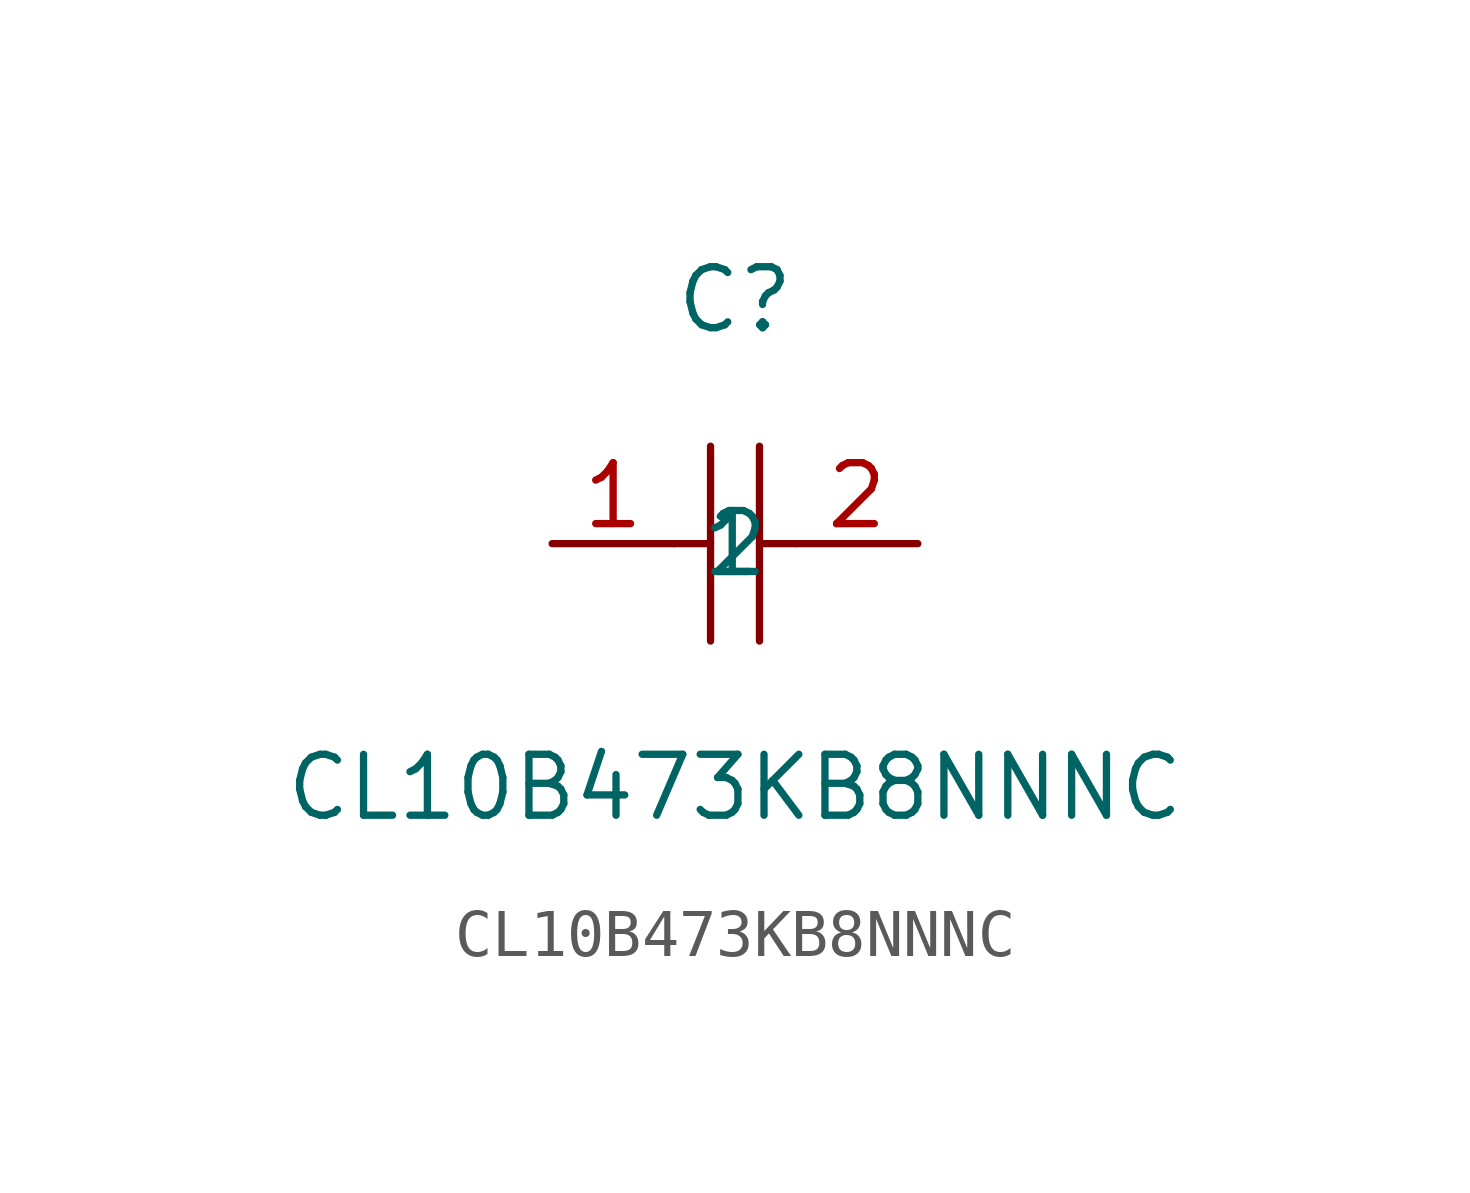
<source format=kicad_sym>
(kicad_symbol_lib
  (version 20211014)
  (generator https://github.com/uPesy/easyeda2kicad.py)
  (symbol "CL10B473KB8NNNC"
    (property "Reference" "C"
      (at 0 5.08 0)
      (effects (font (size 1.27 1.27))))
    (property "Value" "CL10B473KB8NNNC"
      (at 0 -5.08 0)
      (effects (font (size 1.27 1.27))))
    (symbol "CL10B473KB8NNNC_0_1"
      (polyline (pts (xy -0.51 2.03) (xy -0.51 -2.03)) (stroke (width 0) (type default) (color 0 0 0 0)) (fill (type none)))
      (polyline (pts (xy 0.51 2.03) (xy 0.51 -2.03)) (stroke (width 0) (type default) (color 0 0 0 0)) (fill (type none)))
      (polyline (pts (xy -1.27 -0.00) (xy -0.51 -0.00)) (stroke (width 0) (type default) (color 0 0 0 0)) (fill (type none)))
      (polyline (pts (xy 0.51 -0.00) (xy 1.27 -0.00)) (stroke (width 0) (type default) (color 0 0 0 0)) (fill (type none)))
      (pin input line (at -3.81 -0.00 0) (length 2.54) (name "1" (effects (font (size 1.27 1.27)))) (number "1" (effects (font (size 1.27 1.27)))))
      (pin input line (at 3.81 -0.00 180) (length 2.54) (name "2" (effects (font (size 1.27 1.27)))) (number "2" (effects (font (size 1.27 1.27))))))))
</source>
